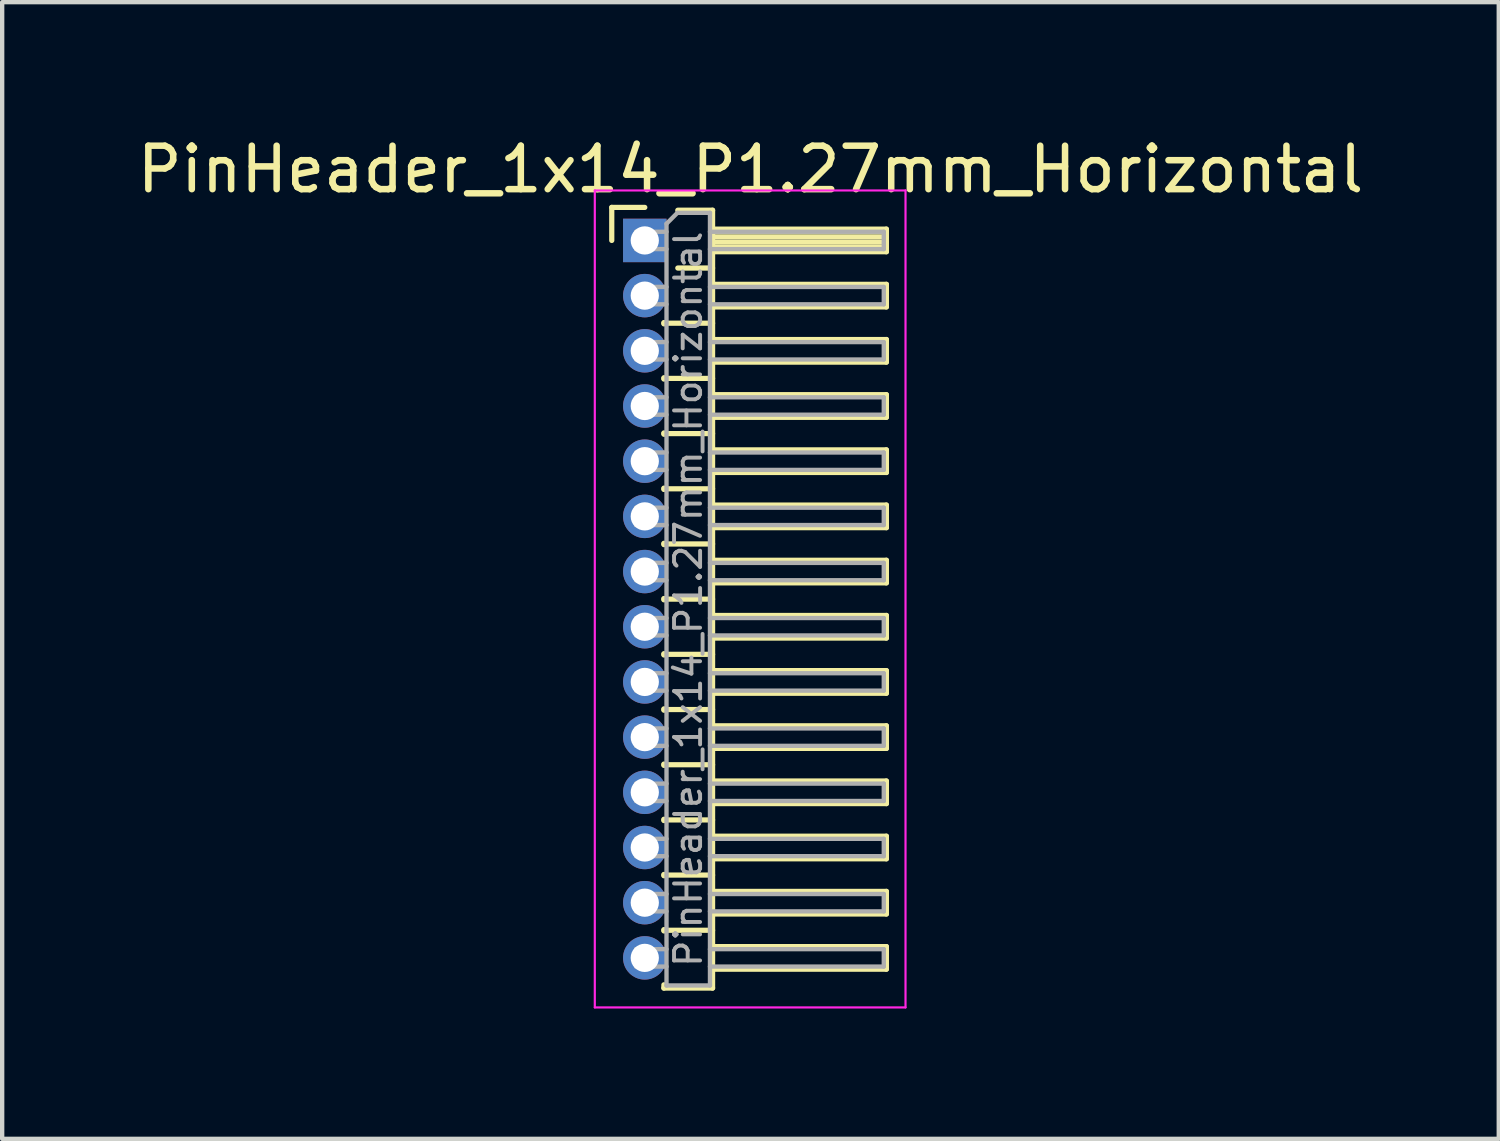
<source format=kicad_pcb>
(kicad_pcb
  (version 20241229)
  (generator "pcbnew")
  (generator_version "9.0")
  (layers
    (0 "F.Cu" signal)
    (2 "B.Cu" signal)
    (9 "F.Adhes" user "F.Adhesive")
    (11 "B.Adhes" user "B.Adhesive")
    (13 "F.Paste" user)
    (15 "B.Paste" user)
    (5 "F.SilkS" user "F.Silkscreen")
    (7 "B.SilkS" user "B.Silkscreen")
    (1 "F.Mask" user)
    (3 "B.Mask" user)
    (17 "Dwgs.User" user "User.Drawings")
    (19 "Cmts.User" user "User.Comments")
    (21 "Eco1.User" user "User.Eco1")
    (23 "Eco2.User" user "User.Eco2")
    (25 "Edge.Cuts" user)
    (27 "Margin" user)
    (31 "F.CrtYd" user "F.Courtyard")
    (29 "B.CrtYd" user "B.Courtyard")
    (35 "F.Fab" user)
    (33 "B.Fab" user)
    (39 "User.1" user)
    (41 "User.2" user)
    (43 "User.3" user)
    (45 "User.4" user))
  (footprint "PinHeader_1x14_P1.27mm_Horizontal"
    (layer "F.Cu")
    (at 11.788 2.483)
    (property "Reference" "PinHeader_1x14_P1.27mm_Horizontal" (at 2.433 -1.635 0) (layer "F.SilkS") (effects (font (size 1 1) (thickness 0.15))))
    (attr through_hole)
    (fp_line (start -0.76 -0.76) (end 0 -0.76) (stroke (width 0.12) (type solid)) (layer "F.SilkS"))
    (fp_line (start -0.76 0) (end -0.76 -0.76) (stroke (width 0.12) (type solid)) (layer "F.SilkS"))
    (fp_line (start 0.44 1.89) (end 0.44 1.92) (stroke (width 0.12) (type solid)) (layer "F.SilkS"))
    (fp_line (start 0.44 1.905) (end 1.56 1.905) (stroke (width 0.12) (type solid)) (layer "F.SilkS"))
    (fp_line (start 0.44 3.16) (end 0.44 3.19) (stroke (width 0.12) (type solid)) (layer "F.SilkS"))
    (fp_line (start 0.44 3.175) (end 1.56 3.175) (stroke (width 0.12) (type solid)) (layer "F.SilkS"))
    (fp_line (start 0.44 4.43) (end 0.44 4.46) (stroke (width 0.12) (type solid)) (layer "F.SilkS"))
    (fp_line (start 0.44 4.445) (end 1.56 4.445) (stroke (width 0.12) (type solid)) (layer "F.SilkS"))
    (fp_line (start 0.44 5.7) (end 0.44 5.73) (stroke (width 0.12) (type solid)) (layer "F.SilkS"))
    (fp_line (start 0.44 5.715) (end 1.56 5.715) (stroke (width 0.12) (type solid)) (layer "F.SilkS"))
    (fp_line (start 0.44 6.97) (end 0.44 7) (stroke (width 0.12) (type solid)) (layer "F.SilkS"))
    (fp_line (start 0.44 6.985) (end 1.56 6.985) (stroke (width 0.12) (type solid)) (layer "F.SilkS"))
    (fp_line (start 0.44 8.24) (end 0.44 8.27) (stroke (width 0.12) (type solid)) (layer "F.SilkS"))
    (fp_line (start 0.44 8.255) (end 1.56 8.255) (stroke (width 0.12) (type solid)) (layer "F.SilkS"))
    (fp_line (start 0.44 9.51) (end 0.44 9.54) (stroke (width 0.12) (type solid)) (layer "F.SilkS"))
    (fp_line (start 0.44 9.525) (end 1.56 9.525) (stroke (width 0.12) (type solid)) (layer "F.SilkS"))
    (fp_line (start 0.44 10.78) (end 0.44 10.81) (stroke (width 0.12) (type solid)) (layer "F.SilkS"))
    (fp_line (start 0.44 10.795) (end 1.56 10.795) (stroke (width 0.12) (type solid)) (layer "F.SilkS"))
    (fp_line (start 0.44 12.05) (end 0.44 12.08) (stroke (width 0.12) (type solid)) (layer "F.SilkS"))
    (fp_line (start 0.44 12.065) (end 1.56 12.065) (stroke (width 0.12) (type solid)) (layer "F.SilkS"))
    (fp_line (start 0.44 13.32) (end 0.44 13.35) (stroke (width 0.12) (type solid)) (layer "F.SilkS"))
    (fp_line (start 0.44 13.335) (end 1.56 13.335) (stroke (width 0.12) (type solid)) (layer "F.SilkS"))
    (fp_line (start 0.44 14.59) (end 0.44 14.62) (stroke (width 0.12) (type solid)) (layer "F.SilkS"))
    (fp_line (start 0.44 14.605) (end 1.56 14.605) (stroke (width 0.12) (type solid)) (layer "F.SilkS"))
    (fp_line (start 0.44 15.86) (end 0.44 15.89) (stroke (width 0.12) (type solid)) (layer "F.SilkS"))
    (fp_line (start 0.44 15.875) (end 1.56 15.875) (stroke (width 0.12) (type solid)) (layer "F.SilkS"))
    (fp_line (start 0.44 17.205) (end 0.44 17.13) (stroke (width 0.12) (type solid)) (layer "F.SilkS"))
    (fp_line (start 0.76 -0.695) (end 1.56 -0.695) (stroke (width 0.12) (type solid)) (layer "F.SilkS"))
    (fp_line (start 0.76 0.635) (end 1.56 0.635) (stroke (width 0.12) (type solid)) (layer "F.SilkS"))
    (fp_line (start 1.56 -0.695) (end 1.56 17.205) (stroke (width 0.12) (type solid)) (layer "F.SilkS"))
    (fp_line (start 1.56 -0.26) (end 5.56 -0.26) (stroke (width 0.12) (type solid)) (layer "F.SilkS"))
    (fp_line (start 1.56 -0.2) (end 5.56 -0.2) (stroke (width 0.12) (type solid)) (layer "F.SilkS"))
    (fp_line (start 1.56 -0.08) (end 5.56 -0.08) (stroke (width 0.12) (type solid)) (layer "F.SilkS"))
    (fp_line (start 1.56 0.04) (end 5.56 0.04) (stroke (width 0.12) (type solid)) (layer "F.SilkS"))
    (fp_line (start 1.56 0.16) (end 5.56 0.16) (stroke (width 0.12) (type solid)) (layer "F.SilkS"))
    (fp_line (start 1.56 1.01) (end 5.56 1.01) (stroke (width 0.12) (type solid)) (layer "F.SilkS"))
    (fp_line (start 1.56 2.28) (end 5.56 2.28) (stroke (width 0.12) (type solid)) (layer "F.SilkS"))
    (fp_line (start 1.56 3.55) (end 5.56 3.55) (stroke (width 0.12) (type solid)) (layer "F.SilkS"))
    (fp_line (start 1.56 4.82) (end 5.56 4.82) (stroke (width 0.12) (type solid)) (layer "F.SilkS"))
    (fp_line (start 1.56 6.09) (end 5.56 6.09) (stroke (width 0.12) (type solid)) (layer "F.SilkS"))
    (fp_line (start 1.56 7.36) (end 5.56 7.36) (stroke (width 0.12) (type solid)) (layer "F.SilkS"))
    (fp_line (start 1.56 8.63) (end 5.56 8.63) (stroke (width 0.12) (type solid)) (layer "F.SilkS"))
    (fp_line (start 1.56 9.9) (end 5.56 9.9) (stroke (width 0.12) (type solid)) (layer "F.SilkS"))
    (fp_line (start 1.56 11.17) (end 5.56 11.17) (stroke (width 0.12) (type solid)) (layer "F.SilkS"))
    (fp_line (start 1.56 12.44) (end 5.56 12.44) (stroke (width 0.12) (type solid)) (layer "F.SilkS"))
    (fp_line (start 1.56 13.71) (end 5.56 13.71) (stroke (width 0.12) (type solid)) (layer "F.SilkS"))
    (fp_line (start 1.56 14.98) (end 5.56 14.98) (stroke (width 0.12) (type solid)) (layer "F.SilkS"))
    (fp_line (start 1.56 16.25) (end 5.56 16.25) (stroke (width 0.12) (type solid)) (layer "F.SilkS"))
    (fp_line (start 1.56 17.205) (end 0.44 17.205) (stroke (width 0.12) (type solid)) (layer "F.SilkS"))
    (fp_line (start 5.56 -0.26) (end 5.56 0.26) (stroke (width 0.12) (type solid)) (layer "F.SilkS"))
    (fp_line (start 5.56 0.26) (end 1.56 0.26) (stroke (width 0.12) (type solid)) (layer "F.SilkS"))
    (fp_line (start 5.56 1.01) (end 5.56 1.53) (stroke (width 0.12) (type solid)) (layer "F.SilkS"))
    (fp_line (start 5.56 1.53) (end 1.56 1.53) (stroke (width 0.12) (type solid)) (layer "F.SilkS"))
    (fp_line (start 5.56 2.28) (end 5.56 2.8) (stroke (width 0.12) (type solid)) (layer "F.SilkS"))
    (fp_line (start 5.56 2.8) (end 1.56 2.8) (stroke (width 0.12) (type solid)) (layer "F.SilkS"))
    (fp_line (start 5.56 3.55) (end 5.56 4.07) (stroke (width 0.12) (type solid)) (layer "F.SilkS"))
    (fp_line (start 5.56 4.07) (end 1.56 4.07) (stroke (width 0.12) (type solid)) (layer "F.SilkS"))
    (fp_line (start 5.56 4.82) (end 5.56 5.34) (stroke (width 0.12) (type solid)) (layer "F.SilkS"))
    (fp_line (start 5.56 5.34) (end 1.56 5.34) (stroke (width 0.12) (type solid)) (layer "F.SilkS"))
    (fp_line (start 5.56 6.09) (end 5.56 6.61) (stroke (width 0.12) (type solid)) (layer "F.SilkS"))
    (fp_line (start 5.56 6.61) (end 1.56 6.61) (stroke (width 0.12) (type solid)) (layer "F.SilkS"))
    (fp_line (start 5.56 7.36) (end 5.56 7.88) (stroke (width 0.12) (type solid)) (layer "F.SilkS"))
    (fp_line (start 5.56 7.88) (end 1.56 7.88) (stroke (width 0.12) (type solid)) (layer "F.SilkS"))
    (fp_line (start 5.56 8.63) (end 5.56 9.15) (stroke (width 0.12) (type solid)) (layer "F.SilkS"))
    (fp_line (start 5.56 9.15) (end 1.56 9.15) (stroke (width 0.12) (type solid)) (layer "F.SilkS"))
    (fp_line (start 5.56 9.9) (end 5.56 10.42) (stroke (width 0.12) (type solid)) (layer "F.SilkS"))
    (fp_line (start 5.56 10.42) (end 1.56 10.42) (stroke (width 0.12) (type solid)) (layer "F.SilkS"))
    (fp_line (start 5.56 11.17) (end 5.56 11.69) (stroke (width 0.12) (type solid)) (layer "F.SilkS"))
    (fp_line (start 5.56 11.69) (end 1.56 11.69) (stroke (width 0.12) (type solid)) (layer "F.SilkS"))
    (fp_line (start 5.56 12.44) (end 5.56 12.96) (stroke (width 0.12) (type solid)) (layer "F.SilkS"))
    (fp_line (start 5.56 12.96) (end 1.56 12.96) (stroke (width 0.12) (type solid)) (layer "F.SilkS"))
    (fp_line (start 5.56 13.71) (end 5.56 14.23) (stroke (width 0.12) (type solid)) (layer "F.SilkS"))
    (fp_line (start 5.56 14.23) (end 1.56 14.23) (stroke (width 0.12) (type solid)) (layer "F.SilkS"))
    (fp_line (start 5.56 14.98) (end 5.56 15.5) (stroke (width 0.12) (type solid)) (layer "F.SilkS"))
    (fp_line (start 5.56 15.5) (end 1.56 15.5) (stroke (width 0.12) (type solid)) (layer "F.SilkS"))
    (fp_line (start 5.56 16.25) (end 5.56 16.77) (stroke (width 0.12) (type solid)) (layer "F.SilkS"))
    (fp_line (start 5.56 16.77) (end 1.56 16.77) (stroke (width 0.12) (type solid)) (layer "F.SilkS"))
    (fp_line (start -1.15 -1.15) (end -1.15 17.65) (stroke (width 0.05) (type solid)) (layer "F.CrtYd"))
    (fp_line (start -1.15 17.65) (end 6 17.65) (stroke (width 0.05) (type solid)) (layer "F.CrtYd"))
    (fp_line (start 6 -1.15) (end -1.15 -1.15) (stroke (width 0.05) (type solid)) (layer "F.CrtYd"))
    (fp_line (start 6 17.65) (end 6 -1.15) (stroke (width 0.05) (type solid)) (layer "F.CrtYd"))
    (fp_line (start -0.2 -0.2) (end -0.2 0.2) (stroke (width 0.1) (type solid)) (layer "F.Fab"))
    (fp_line (start -0.2 -0.2) (end 0.5 -0.2) (stroke (width 0.1) (type solid)) (layer "F.Fab"))
    (fp_line (start -0.2 0.2) (end 0.5 0.2) (stroke (width 0.1) (type solid)) (layer "F.Fab"))
    (fp_line (start -0.2 1.07) (end -0.2 1.47) (stroke (width 0.1) (type solid)) (layer "F.Fab"))
    (fp_line (start -0.2 1.07) (end 0.5 1.07) (stroke (width 0.1) (type solid)) (layer "F.Fab"))
    (fp_line (start -0.2 1.47) (end 0.5 1.47) (stroke (width 0.1) (type solid)) (layer "F.Fab"))
    (fp_line (start -0.2 2.34) (end -0.2 2.74) (stroke (width 0.1) (type solid)) (layer "F.Fab"))
    (fp_line (start -0.2 2.34) (end 0.5 2.34) (stroke (width 0.1) (type solid)) (layer "F.Fab"))
    (fp_line (start -0.2 2.74) (end 0.5 2.74) (stroke (width 0.1) (type solid)) (layer "F.Fab"))
    (fp_line (start -0.2 3.61) (end -0.2 4.01) (stroke (width 0.1) (type solid)) (layer "F.Fab"))
    (fp_line (start -0.2 3.61) (end 0.5 3.61) (stroke (width 0.1) (type solid)) (layer "F.Fab"))
    (fp_line (start -0.2 4.01) (end 0.5 4.01) (stroke (width 0.1) (type solid)) (layer "F.Fab"))
    (fp_line (start -0.2 4.88) (end -0.2 5.28) (stroke (width 0.1) (type solid)) (layer "F.Fab"))
    (fp_line (start -0.2 4.88) (end 0.5 4.88) (stroke (width 0.1) (type solid)) (layer "F.Fab"))
    (fp_line (start -0.2 5.28) (end 0.5 5.28) (stroke (width 0.1) (type solid)) (layer "F.Fab"))
    (fp_line (start -0.2 6.15) (end -0.2 6.55) (stroke (width 0.1) (type solid)) (layer "F.Fab"))
    (fp_line (start -0.2 6.15) (end 0.5 6.15) (stroke (width 0.1) (type solid)) (layer "F.Fab"))
    (fp_line (start -0.2 6.55) (end 0.5 6.55) (stroke (width 0.1) (type solid)) (layer "F.Fab"))
    (fp_line (start -0.2 7.42) (end -0.2 7.82) (stroke (width 0.1) (type solid)) (layer "F.Fab"))
    (fp_line (start -0.2 7.42) (end 0.5 7.42) (stroke (width 0.1) (type solid)) (layer "F.Fab"))
    (fp_line (start -0.2 7.82) (end 0.5 7.82) (stroke (width 0.1) (type solid)) (layer "F.Fab"))
    (fp_line (start -0.2 8.69) (end -0.2 9.09) (stroke (width 0.1) (type solid)) (layer "F.Fab"))
    (fp_line (start -0.2 8.69) (end 0.5 8.69) (stroke (width 0.1) (type solid)) (layer "F.Fab"))
    (fp_line (start -0.2 9.09) (end 0.5 9.09) (stroke (width 0.1) (type solid)) (layer "F.Fab"))
    (fp_line (start -0.2 9.96) (end -0.2 10.36) (stroke (width 0.1) (type solid)) (layer "F.Fab"))
    (fp_line (start -0.2 9.96) (end 0.5 9.96) (stroke (width 0.1) (type solid)) (layer "F.Fab"))
    (fp_line (start -0.2 10.36) (end 0.5 10.36) (stroke (width 0.1) (type solid)) (layer "F.Fab"))
    (fp_line (start -0.2 11.23) (end -0.2 11.63) (stroke (width 0.1) (type solid)) (layer "F.Fab"))
    (fp_line (start -0.2 11.23) (end 0.5 11.23) (stroke (width 0.1) (type solid)) (layer "F.Fab"))
    (fp_line (start -0.2 11.63) (end 0.5 11.63) (stroke (width 0.1) (type solid)) (layer "F.Fab"))
    (fp_line (start -0.2 12.5) (end -0.2 12.9) (stroke (width 0.1) (type solid)) (layer "F.Fab"))
    (fp_line (start -0.2 12.5) (end 0.5 12.5) (stroke (width 0.1) (type solid)) (layer "F.Fab"))
    (fp_line (start -0.2 12.9) (end 0.5 12.9) (stroke (width 0.1) (type solid)) (layer "F.Fab"))
    (fp_line (start -0.2 13.77) (end -0.2 14.17) (stroke (width 0.1) (type solid)) (layer "F.Fab"))
    (fp_line (start -0.2 13.77) (end 0.5 13.77) (stroke (width 0.1) (type solid)) (layer "F.Fab"))
    (fp_line (start -0.2 14.17) (end 0.5 14.17) (stroke (width 0.1) (type solid)) (layer "F.Fab"))
    (fp_line (start -0.2 15.04) (end -0.2 15.44) (stroke (width 0.1) (type solid)) (layer "F.Fab"))
    (fp_line (start -0.2 15.04) (end 0.5 15.04) (stroke (width 0.1) (type solid)) (layer "F.Fab"))
    (fp_line (start -0.2 15.44) (end 0.5 15.44) (stroke (width 0.1) (type solid)) (layer "F.Fab"))
    (fp_line (start -0.2 16.31) (end -0.2 16.71) (stroke (width 0.1) (type solid)) (layer "F.Fab"))
    (fp_line (start -0.2 16.31) (end 0.5 16.31) (stroke (width 0.1) (type solid)) (layer "F.Fab"))
    (fp_line (start -0.2 16.71) (end 0.5 16.71) (stroke (width 0.1) (type solid)) (layer "F.Fab"))
    (fp_line (start 0.5 -0.385) (end 0.75 -0.635) (stroke (width 0.1) (type solid)) (layer "F.Fab"))
    (fp_line (start 0.5 17.145) (end 0.5 -0.385) (stroke (width 0.1) (type solid)) (layer "F.Fab"))
    (fp_line (start 0.75 -0.635) (end 1.5 -0.635) (stroke (width 0.1) (type solid)) (layer "F.Fab"))
    (fp_line (start 1.5 -0.635) (end 1.5 17.145) (stroke (width 0.1) (type solid)) (layer "F.Fab"))
    (fp_line (start 1.5 -0.2) (end 5.5 -0.2) (stroke (width 0.1) (type solid)) (layer "F.Fab"))
    (fp_line (start 1.5 0.2) (end 5.5 0.2) (stroke (width 0.1) (type solid)) (layer "F.Fab"))
    (fp_line (start 1.5 1.07) (end 5.5 1.07) (stroke (width 0.1) (type solid)) (layer "F.Fab"))
    (fp_line (start 1.5 1.47) (end 5.5 1.47) (stroke (width 0.1) (type solid)) (layer "F.Fab"))
    (fp_line (start 1.5 2.34) (end 5.5 2.34) (stroke (width 0.1) (type solid)) (layer "F.Fab"))
    (fp_line (start 1.5 2.74) (end 5.5 2.74) (stroke (width 0.1) (type solid)) (layer "F.Fab"))
    (fp_line (start 1.5 3.61) (end 5.5 3.61) (stroke (width 0.1) (type solid)) (layer "F.Fab"))
    (fp_line (start 1.5 4.01) (end 5.5 4.01) (stroke (width 0.1) (type solid)) (layer "F.Fab"))
    (fp_line (start 1.5 4.88) (end 5.5 4.88) (stroke (width 0.1) (type solid)) (layer "F.Fab"))
    (fp_line (start 1.5 5.28) (end 5.5 5.28) (stroke (width 0.1) (type solid)) (layer "F.Fab"))
    (fp_line (start 1.5 6.15) (end 5.5 6.15) (stroke (width 0.1) (type solid)) (layer "F.Fab"))
    (fp_line (start 1.5 6.55) (end 5.5 6.55) (stroke (width 0.1) (type solid)) (layer "F.Fab"))
    (fp_line (start 1.5 7.42) (end 5.5 7.42) (stroke (width 0.1) (type solid)) (layer "F.Fab"))
    (fp_line (start 1.5 7.82) (end 5.5 7.82) (stroke (width 0.1) (type solid)) (layer "F.Fab"))
    (fp_line (start 1.5 8.69) (end 5.5 8.69) (stroke (width 0.1) (type solid)) (layer "F.Fab"))
    (fp_line (start 1.5 9.09) (end 5.5 9.09) (stroke (width 0.1) (type solid)) (layer "F.Fab"))
    (fp_line (start 1.5 9.96) (end 5.5 9.96) (stroke (width 0.1) (type solid)) (layer "F.Fab"))
    (fp_line (start 1.5 10.36) (end 5.5 10.36) (stroke (width 0.1) (type solid)) (layer "F.Fab"))
    (fp_line (start 1.5 11.23) (end 5.5 11.23) (stroke (width 0.1) (type solid)) (layer "F.Fab"))
    (fp_line (start 1.5 11.63) (end 5.5 11.63) (stroke (width 0.1) (type solid)) (layer "F.Fab"))
    (fp_line (start 1.5 12.5) (end 5.5 12.5) (stroke (width 0.1) (type solid)) (layer "F.Fab"))
    (fp_line (start 1.5 12.9) (end 5.5 12.9) (stroke (width 0.1) (type solid)) (layer "F.Fab"))
    (fp_line (start 1.5 13.77) (end 5.5 13.77) (stroke (width 0.1) (type solid)) (layer "F.Fab"))
    (fp_line (start 1.5 14.17) (end 5.5 14.17) (stroke (width 0.1) (type solid)) (layer "F.Fab"))
    (fp_line (start 1.5 15.04) (end 5.5 15.04) (stroke (width 0.1) (type solid)) (layer "F.Fab"))
    (fp_line (start 1.5 15.44) (end 5.5 15.44) (stroke (width 0.1) (type solid)) (layer "F.Fab"))
    (fp_line (start 1.5 16.31) (end 5.5 16.31) (stroke (width 0.1) (type solid)) (layer "F.Fab"))
    (fp_line (start 1.5 16.71) (end 5.5 16.71) (stroke (width 0.1) (type solid)) (layer "F.Fab"))
    (fp_line (start 1.5 17.145) (end 0.5 17.145) (stroke (width 0.1) (type solid)) (layer "F.Fab"))
    (fp_line (start 5.5 -0.2) (end 5.5 0.2) (stroke (width 0.1) (type solid)) (layer "F.Fab"))
    (fp_line (start 5.5 1.07) (end 5.5 1.47) (stroke (width 0.1) (type solid)) (layer "F.Fab"))
    (fp_line (start 5.5 2.34) (end 5.5 2.74) (stroke (width 0.1) (type solid)) (layer "F.Fab"))
    (fp_line (start 5.5 3.61) (end 5.5 4.01) (stroke (width 0.1) (type solid)) (layer "F.Fab"))
    (fp_line (start 5.5 4.88) (end 5.5 5.28) (stroke (width 0.1) (type solid)) (layer "F.Fab"))
    (fp_line (start 5.5 6.15) (end 5.5 6.55) (stroke (width 0.1) (type solid)) (layer "F.Fab"))
    (fp_line (start 5.5 7.42) (end 5.5 7.82) (stroke (width 0.1) (type solid)) (layer "F.Fab"))
    (fp_line (start 5.5 8.69) (end 5.5 9.09) (stroke (width 0.1) (type solid)) (layer "F.Fab"))
    (fp_line (start 5.5 9.96) (end 5.5 10.36) (stroke (width 0.1) (type solid)) (layer "F.Fab"))
    (fp_line (start 5.5 11.23) (end 5.5 11.63) (stroke (width 0.1) (type solid)) (layer "F.Fab"))
    (fp_line (start 5.5 12.5) (end 5.5 12.9) (stroke (width 0.1) (type solid)) (layer "F.Fab"))
    (fp_line (start 5.5 13.77) (end 5.5 14.17) (stroke (width 0.1) (type solid)) (layer "F.Fab"))
    (fp_line (start 5.5 15.04) (end 5.5 15.44) (stroke (width 0.1) (type solid)) (layer "F.Fab"))
    (fp_line (start 5.5 16.31) (end 5.5 16.71) (stroke (width 0.1) (type solid)) (layer "F.Fab"))
    (fp_text user "${REFERENCE}" (at 1 8.255 90) (layer "F.Fab") (effects (font (size 0.6 0.6) (thickness 0.09))))
    (pad "1" thru_hole rect (at 0 0) (size 1 1) (drill 0.65) (layers "*.Cu" "*.Mask"))
    (pad "2" thru_hole oval (at 0 1.27) (size 1 1) (drill 0.65) (layers "*.Cu" "*.Mask"))
    (pad "3" thru_hole oval (at 0 2.54) (size 1 1) (drill 0.65) (layers "*.Cu" "*.Mask"))
    (pad "4" thru_hole oval (at 0 3.81) (size 1 1) (drill 0.65) (layers "*.Cu" "*.Mask"))
    (pad "5" thru_hole oval (at 0 5.08) (size 1 1) (drill 0.65) (layers "*.Cu" "*.Mask"))
    (pad "6" thru_hole oval (at 0 6.35) (size 1 1) (drill 0.65) (layers "*.Cu" "*.Mask"))
    (pad "7" thru_hole oval (at 0 7.62) (size 1 1) (drill 0.65) (layers "*.Cu" "*.Mask"))
    (pad "8" thru_hole oval (at 0 8.89) (size 1 1) (drill 0.65) (layers "*.Cu" "*.Mask"))
    (pad "9" thru_hole oval (at 0 10.16) (size 1 1) (drill 0.65) (layers "*.Cu" "*.Mask"))
    (pad "10" thru_hole oval (at 0 11.43) (size 1 1) (drill 0.65) (layers "*.Cu" "*.Mask"))
    (pad "11" thru_hole oval (at 0 12.7) (size 1 1) (drill 0.65) (layers "*.Cu" "*.Mask"))
    (pad "12" thru_hole oval (at 0 13.97) (size 1 1) (drill 0.65) (layers "*.Cu" "*.Mask"))
    (pad "13" thru_hole oval (at 0 15.24) (size 1 1) (drill 0.65) (layers "*.Cu" "*.Mask"))
    (pad "14" thru_hole oval (at 0 16.51) (size 1 1) (drill 0.65) (layers "*.Cu" "*.Mask")))
  (gr_rect
    (start -3 -3)
    (end 31.44 23.158)
    (stroke (width 0.1) (type default))
    (fill no)
    (layer "Edge.Cuts")))
</source>
